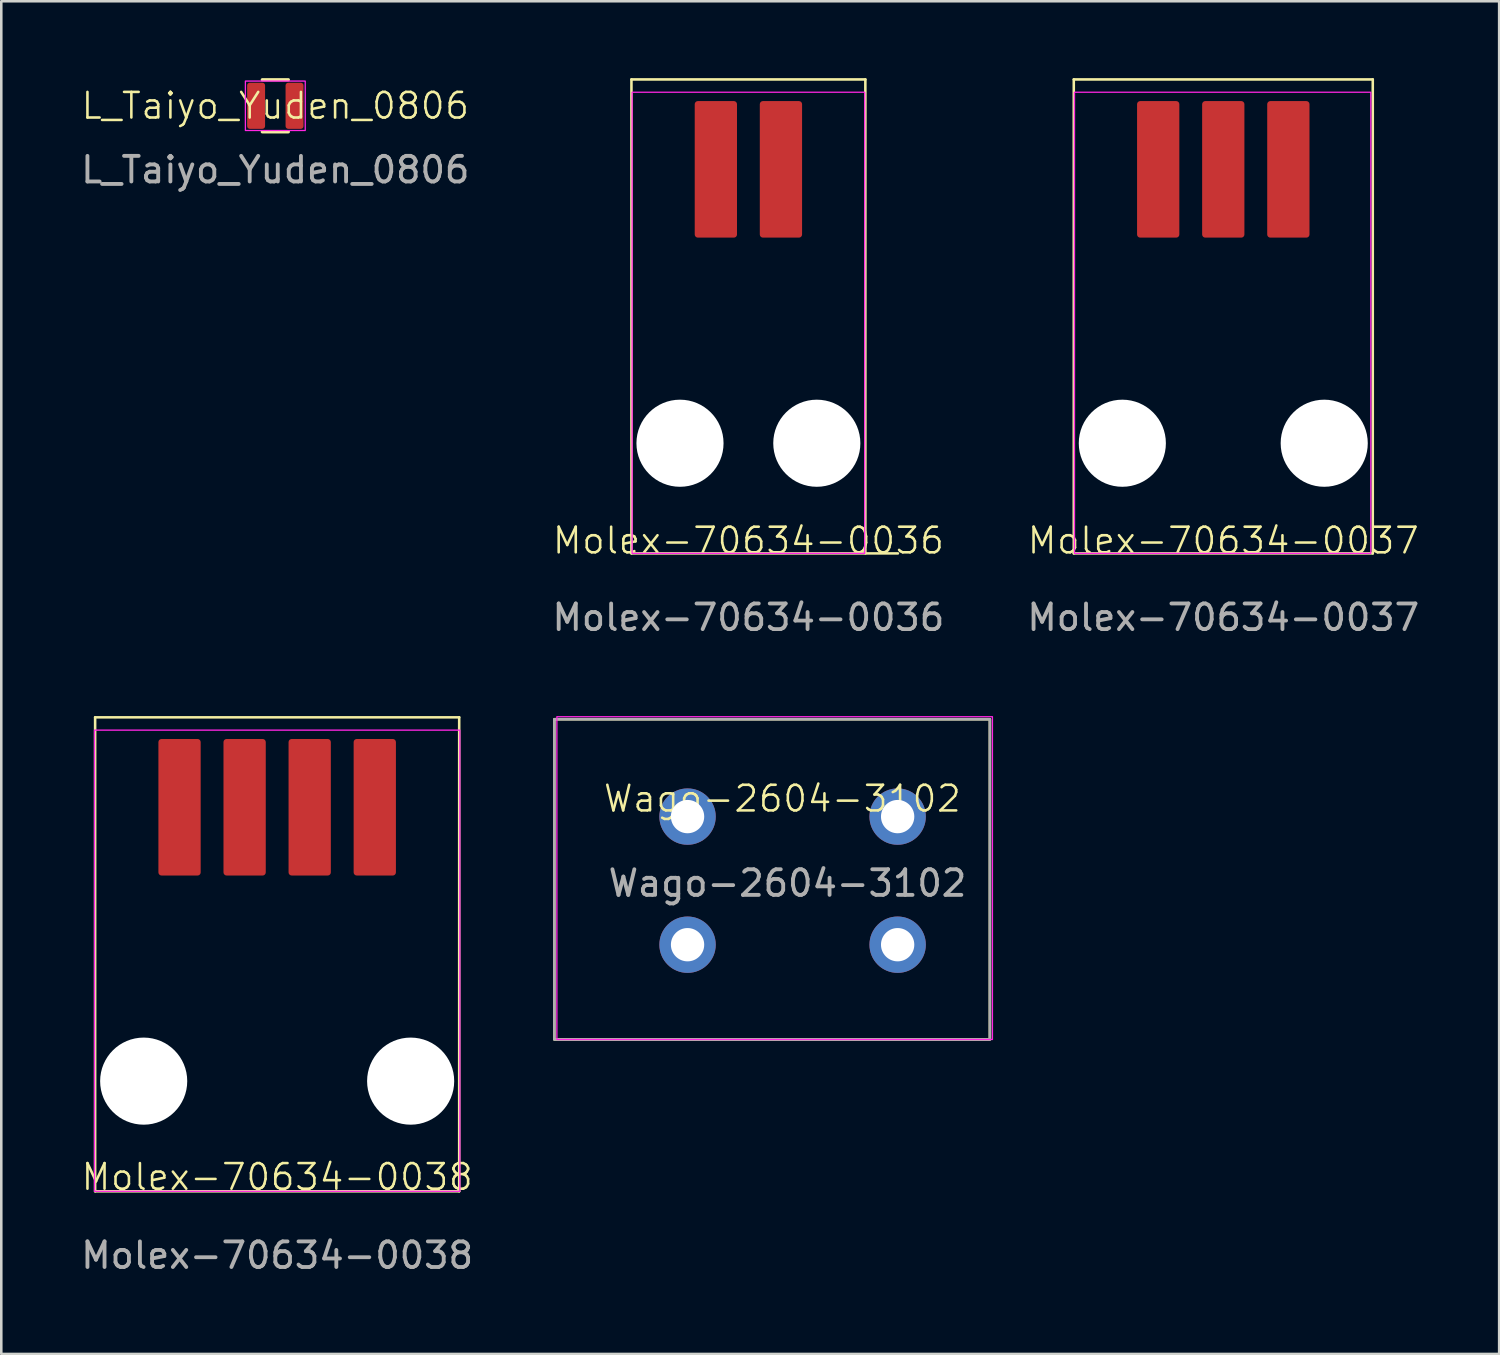
<source format=kicad_pcb>
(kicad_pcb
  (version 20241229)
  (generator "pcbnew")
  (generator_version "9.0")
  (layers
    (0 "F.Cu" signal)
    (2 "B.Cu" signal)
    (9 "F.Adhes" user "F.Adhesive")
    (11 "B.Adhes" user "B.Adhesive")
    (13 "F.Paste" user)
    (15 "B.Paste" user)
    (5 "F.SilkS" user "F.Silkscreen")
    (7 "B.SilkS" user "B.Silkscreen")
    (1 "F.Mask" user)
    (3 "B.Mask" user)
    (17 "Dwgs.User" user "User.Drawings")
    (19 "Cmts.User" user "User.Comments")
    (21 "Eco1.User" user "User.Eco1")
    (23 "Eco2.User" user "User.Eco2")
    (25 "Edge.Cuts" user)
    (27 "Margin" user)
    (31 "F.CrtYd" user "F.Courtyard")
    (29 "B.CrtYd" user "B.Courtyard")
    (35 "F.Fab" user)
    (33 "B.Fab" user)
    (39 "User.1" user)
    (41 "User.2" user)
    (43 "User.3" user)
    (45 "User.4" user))
  (footprint "Molex-70634-0036"
    (layer "F.Cu")
    (at 26.161 18.55)
    (property "Reference" "Molex-70634-0036" (at 0 -0.5 0) (unlocked yes) (layer "F.SilkS") (effects (font (size 1 1) (thickness 0.1))))
    (attr smd)
    (fp_line (start -4.565 -18.5) (end 4.565 -18.5) (stroke (width 0.1) (type default)) (layer "F.SilkS"))
    (fp_line (start -4.565 0) (end -4.565 -18.5) (stroke (width 0.1) (type default)) (layer "F.SilkS"))
    (fp_line (start -4.565 0) (end 5.835 0) (stroke (width 0.1) (type default)) (layer "F.SilkS"))
    (fp_line (start 4.565 0) (end 4.565 -18.5) (stroke (width 0.1) (type default)) (layer "F.SilkS"))
    (fp_rect (start -4.539 -18) (end 4.539 0) (stroke (width 0.05) (type default)) (fill no) (layer "F.CrtYd"))
    (fp_text user "${REFERENCE}" (at 0 2.5 0) (unlocked yes) (layer "F.Fab") (effects (font (size 1 1) (thickness 0.15))))
    (pad "" np_thru_hole circle (at -2.67 -4.3) (size 3.4 3.4) (drill 3.4) (layers "*.Cu" "*.Mask"))
    (pad "" np_thru_hole circle (at 2.67 -4.3) (size 3.4 3.4) (drill 3.4) (layers "*.Cu" "*.Mask"))
    (pad "1" smd roundrect (at 1.27 -14.99) (size 1.65 5.33) (layers "F.Cu" "F.Mask" "F.Paste") (roundrect_rratio 0.074))
    (pad "2" smd roundrect (at -1.27 -14.99) (size 1.65 5.33) (layers "F.Cu" "F.Mask" "F.Paste") (roundrect_rratio 0.074)))
  (footprint "Molex-70634-0037"
    (layer "F.Cu")
    (at 44.696 18.55)
    (property "Reference" "Molex-70634-0037" (at 0 -0.5 0) (unlocked yes) (layer "F.SilkS") (effects (font (size 1 1) (thickness 0.1))))
    (attr smd)
    (fp_line (start -5.835 -18.5) (end 5.835 -18.5) (stroke (width 0.1) (type default)) (layer "F.SilkS"))
    (fp_line (start -5.835 0) (end -5.835 -18.5) (stroke (width 0.1) (type default)) (layer "F.SilkS"))
    (fp_line (start -5.835 0) (end 5.835 0) (stroke (width 0.1) (type default)) (layer "F.SilkS"))
    (fp_line (start 5.835 0) (end 5.835 -18.5) (stroke (width 0.1) (type default)) (layer "F.SilkS"))
    (fp_rect (start -5.809 -18) (end 5.758 0) (stroke (width 0.05) (type default)) (fill no) (layer "F.CrtYd"))
    (fp_text user "${REFERENCE}" (at 0 2.5 0) (unlocked yes) (layer "F.Fab") (effects (font (size 1 1) (thickness 0.15))))
    (pad "" np_thru_hole circle (at -3.94 -4.3) (size 3.4 3.4) (drill 3.4) (layers "*.Cu" "*.Mask"))
    (pad "" np_thru_hole circle (at 3.94 -4.3) (size 3.4 3.4) (drill 3.4) (layers "*.Cu" "*.Mask"))
    (pad "1" smd roundrect (at 2.54 -14.99) (size 1.65 5.33) (layers "F.Cu" "F.Mask" "F.Paste") (roundrect_rratio 0.074))
    (pad "2" smd roundrect (at 0 -14.99) (size 1.65 5.33) (layers "F.Cu" "F.Mask" "F.Paste") (roundrect_rratio 0.074))
    (pad "3" smd roundrect (at -2.54 -14.99) (size 1.65 5.33) (layers "F.Cu" "F.Mask" "F.Paste") (roundrect_rratio 0.074)))
  (footprint "Molex-70634-0038"
    (layer "F.Cu")
    (at 7.768 43.448)
    (property "Reference" "Molex-70634-0038" (at 0 -0.559 0) (unlocked yes) (layer "F.SilkS") (effects (font (size 1 1) (thickness 0.1))))
    (attr smd)
    (fp_line (start -7.105 -18.5) (end 7.105 -18.5) (stroke (width 0.1) (type default)) (layer "F.SilkS"))
    (fp_line (start -7.105 0) (end -7.105 -18.5) (stroke (width 0.1) (type default)) (layer "F.SilkS"))
    (fp_line (start -7.105 0) (end 7.105 0) (stroke (width 0.1) (type default)) (layer "F.SilkS"))
    (fp_line (start 7.105 0) (end 7.105 -18.5) (stroke (width 0.1) (type default)) (layer "F.SilkS"))
    (fp_rect (start -7.13 -18) (end 7.13 0) (stroke (width 0.05) (type default)) (fill no) (layer "F.CrtYd"))
    (fp_text user "${REFERENCE}" (at 0 2.5 0) (unlocked yes) (layer "F.Fab") (effects (font (size 1 1) (thickness 0.15))))
    (pad "" np_thru_hole circle (at -5.21 -4.3) (size 3.4 3.4) (drill 3.4) (layers "*.Cu" "*.Mask"))
    (pad "" np_thru_hole circle (at 5.21 -4.3) (size 3.4 3.4) (drill 3.4) (layers "*.Cu" "*.Mask"))
    (pad "1" smd roundrect (at 3.81 -14.99) (size 1.65 5.33) (layers "F.Cu" "F.Mask" "F.Paste") (roundrect_rratio 0.074))
    (pad "2" smd roundrect (at 1.27 -14.99) (size 1.65 5.33) (layers "F.Cu" "F.Mask" "F.Paste") (roundrect_rratio 0.074))
    (pad "3" smd roundrect (at -1.27 -14.99) (size 1.65 5.33) (layers "F.Cu" "F.Mask" "F.Paste") (roundrect_rratio 0.074))
    (pad "4" smd roundrect (at -3.81 -14.99) (size 1.65 5.33) (layers "F.Cu" "F.Mask" "F.Paste") (roundrect_rratio 0.074)))
  (footprint "Wago-2604-3102"
    (layer "F.Cu")
    (at 23.786 28.823)
    (property "Reference" "Wago-2604-3102" (at 3.7 -0.7 0) (unlocked yes) (layer "F.SilkS") (effects (font (size 1 1) (thickness 0.1))))
    (attr through_hole)
    (fp_rect (start -5.2 -3.8) (end 11.8 8.7) (stroke (width 0.1) (type default)) (fill no) (layer "F.SilkS"))
    (fp_rect (start -5.1 -3.9) (end 11.9 8.7) (stroke (width 0.05) (type default)) (fill no) (layer "F.CrtYd"))
    (fp_rect (start -5.2 -3.8) (end 11.8 8.7) (stroke (width 0.1) (type default)) (fill no) (layer "F.Fab"))
    (fp_text user "${REFERENCE}" (at 3.9 2.6 0) (unlocked yes) (layer "F.Fab") (effects (font (size 1 1) (thickness 0.15))))
    (pad "1" thru_hole circle (at 0 0) (size 2.2 2.2) (drill 1.3) (layers "*.Cu" "*.Mask"))
    (pad "2" thru_hole circle (at 0 5) (size 2.2 2.2) (drill 1.3) (layers "*.Cu" "*.Mask"))
    (pad "3" thru_hole circle (at 8.2 0) (size 2.2 2.2) (drill 1.3) (layers "*.Cu" "*.Mask"))
    (pad "4" thru_hole circle (at 8.2 5) (size 2.2 2.2) (drill 1.3) (layers "*.Cu" "*.Mask")))
  (footprint "L_Taiyo_Yuden_0806"
    (layer "F.Cu")
    (at 7.696 1.079)
    (property "Reference" "L_Taiyo_Yuden_0806" (at 0 0 0) (unlocked yes) (layer "F.SilkS") (effects (font (size 1 1) (thickness 0.1))))
    (attr smd)
    (fp_line (start -0.508 -1.016) (end 0.508 -1.016) (stroke (width 0.127) (type solid)) (layer "F.SilkS"))
    (fp_line (start -0.508 1.016) (end 0.508 1.016) (stroke (width 0.127) (type solid)) (layer "F.SilkS"))
    (fp_rect (start -1.168 -0.965) (end 1.168 0.965) (stroke (width 0.05) (type default)) (fill no) (layer "F.CrtYd"))
    (fp_text user "${REFERENCE}" (at 0 2.5 0) (unlocked yes) (layer "F.Fab") (effects (font (size 1 1) (thickness 0.15))))
    (pad "1" smd roundrect (at -0.75 0) (size 0.7 1.8) (layers "F.Cu" "F.Mask" "F.Paste") (roundrect_rratio 0.15))
    (pad "2" smd roundrect (at 0.75 0) (size 0.7 1.8) (layers "F.Cu" "F.Mask" "F.Paste") (roundrect_rratio 0.15)))
  (gr_rect
    (start -3 -3)
    (end 55.464 49.797)
    (stroke (width 0.1) (type default))
    (fill no)
    (layer "Edge.Cuts")))
</source>
